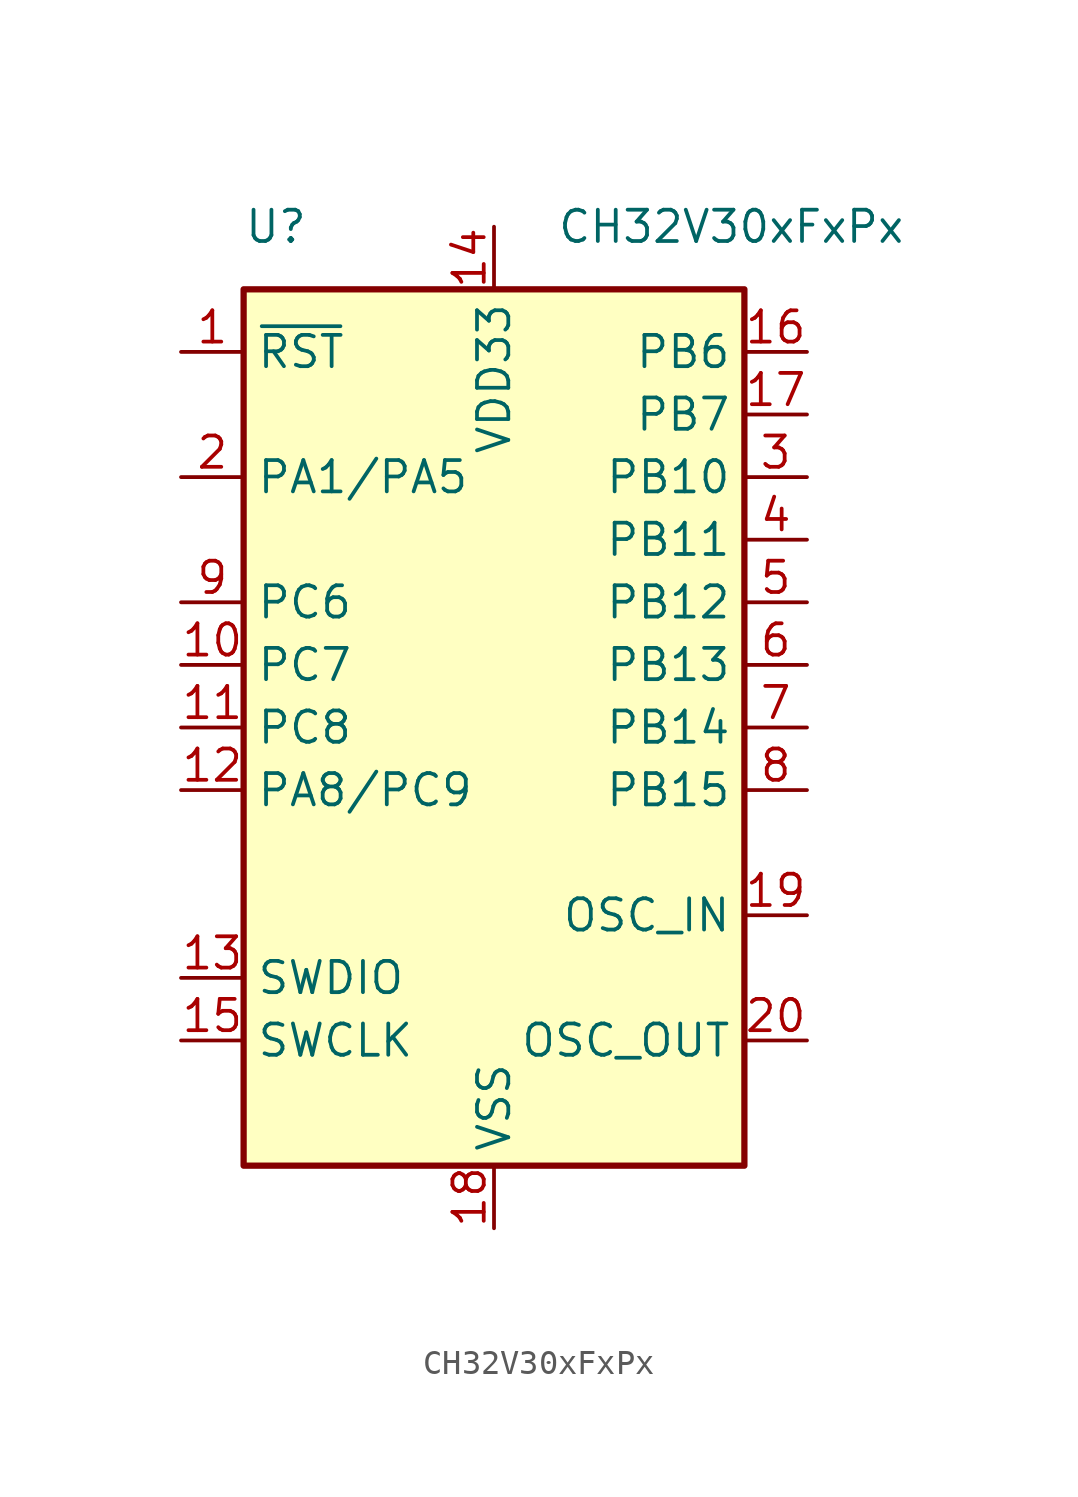
<source format=kicad_sym>
(kicad_symbol_lib
  (version 20231120)
  (generator "kicad_symbol_editor")
  (generator_version "8.0")
  (symbol "CH32V30xFxPx"
    (property "Reference" "U"
      (at -10.16 20.32 0)
      (effects (font (size 1.27 1.27)) (justify left)))
    (property "Value" "CH32V30xFxPx"
      (at 2.54 20.32 0)
      (effects (font (size 1.27 1.27)) (justify left)))
    (symbol "CH32V30xFxPx_1_1"
      (rectangle (start -10.16 17.78) (end 10.16 -17.78) (stroke (width 0.254) (type solid)) (fill (type background)))
      (pin input line (at -12.7 15.24 0) (length 2.54) (name "~{RST}" (effects (font (size 1.27 1.27)))) (number "1" (effects (font (size 1.27 1.27)))))
      (pin bidirectional line (at -12.7 2.54 0) (length 2.54) (name "PC7" (effects (font (size 1.27 1.27)))) (number "10" (effects (font (size 1.27 1.27)))) (alternate "I2S3_MCK" bidirectional line) (alternate "TIM3_CH2_3" bidirectional line) (alternate "TIM8_CH2" bidirectional line))
      (pin bidirectional line (at -12.7 0 0) (length 2.54) (name "PC8" (effects (font (size 1.27 1.27)))) (number "11" (effects (font (size 1.27 1.27)))) (alternate "TIM3_CH3_3" bidirectional line) (alternate "TIM8_CH3" bidirectional line))
      (pin bidirectional line (at -12.7 -2.54 0) (length 2.54) (name "PA8/PC9" (effects (font (size 1.27 1.27)))) (number "12" (effects (font (size 1.27 1.27)))) (alternate "MCO" bidirectional line) (alternate "TIM1_CH1" bidirectional line) (alternate "TIM1_CH1_1" bidirectional line) (alternate "TIM3_CH4_3" bidirectional line) (alternate "TIM8_CH4" bidirectional line) (alternate "USART1_CK" bidirectional line) (alternate "USART1_CK_1" bidirectional line) (alternate "USART1_RX_2" bidirectional line))
      (pin bidirectional line (at -12.7 -10.16 0) (length 2.54) (name "SWDIO" (effects (font (size 1.27 1.27)))) (number "13" (effects (font (size 1.27 1.27)))) (alternate "PA9/PA13" bidirectional line) (alternate "TIM10_CH2N" bidirectional line) (alternate "TIM1_CH2" bidirectional line) (alternate "TIM1_CH2_1" bidirectional line) (alternate "TIM8_CH1N_1" bidirectional line) (alternate "USART1_RTS_2" bidirectional line) (alternate "USART1_TX" bidirectional line) (alternate "USART3_TX_2" bidirectional line))
      (pin power_in line (at 0 20.32 270) (length 2.54) (name "VDD33" (effects (font (size 1.27 1.27)))) (number "14" (effects (font (size 1.27 1.27)))) (alternate "VIO" power_in line))
      (pin bidirectional line (at -12.7 -12.7 0) (length 2.54) (name "SWCLK" (effects (font (size 1.27 1.27)))) (number "15" (effects (font (size 1.27 1.27)))) (alternate "PA14" bidirectional line) (alternate "TIM10_CH3N" bidirectional line) (alternate "TIM8_CH2N_1" bidirectional line) (alternate "USART3_RX_2" bidirectional line) (alternate "USART8_TX_1" bidirectional line))
      (pin bidirectional line (at 12.7 15.24 180) (length 2.54) (name "PB6" (effects (font (size 1.27 1.27)))) (number "16" (effects (font (size 1.27 1.27)))) (alternate "I2C1_SCL" bidirectional line) (alternate "TIM4_CH1" bidirectional line) (alternate "TIM8_CH1_1" bidirectional line) (alternate "USART1_TX_1" bidirectional line) (alternate "USBFS_DM" bidirectional line) (alternate "USBHS_DM" bidirectional line))
      (pin bidirectional line (at 12.7 12.7 180) (length 2.54) (name "PB7" (effects (font (size 1.27 1.27)))) (number "17" (effects (font (size 1.27 1.27)))) (alternate "I2C1_SDA" bidirectional line) (alternate "TIM4_CH2" bidirectional line) (alternate "TIM8_CH2_1" bidirectional line) (alternate "USART1_RX_1" bidirectional line) (alternate "USBFS_DP" bidirectional line) (alternate "USBHS_DP" bidirectional line))
      (pin power_in line (at 0 -20.32 90) (length 2.54) (name "VSS" (effects (font (size 1.27 1.27)))) (number "18" (effects (font (size 1.27 1.27)))))
      (pin bidirectional line (at 12.7 -7.62 180) (length 2.54) (name "OSC_IN" (effects (font (size 1.27 1.27)))) (number "19" (effects (font (size 1.27 1.27)))) (alternate "PD0" bidirectional line))
      (pin bidirectional line (at -12.7 10.16 0) (length 2.54) (name "PA1/PA5" (effects (font (size 1.27 1.27)))) (number "2" (effects (font (size 1.27 1.27)))) (alternate "ADC_IN1" bidirectional line) (alternate "ADC_IN5" bidirectional line) (alternate "DAC_OUT2" bidirectional line) (alternate "SPI1_SCK" bidirectional line) (alternate "TIM10_CH1N_1" bidirectional line) (alternate "TIM2_CH2" bidirectional line) (alternate "TIM2_CH2_2" bidirectional line) (alternate "TIM5_CH2" bidirectional line) (alternate "TIM9_BKIN_1" bidirectional line) (alternate "USART1_CK_3" bidirectional line) (alternate "USART1_CTS_2" bidirectional line) (alternate "USART2_RTS" bidirectional line))
      (pin bidirectional line (at 12.7 -12.7 180) (length 2.54) (name "OSC_OUT" (effects (font (size 1.27 1.27)))) (number "20" (effects (font (size 1.27 1.27)))) (alternate "PD1" bidirectional line))
      (pin bidirectional line (at 12.7 10.16 180) (length 2.54) (name "PB10" (effects (font (size 1.27 1.27)))) (number "3" (effects (font (size 1.27 1.27)))) (alternate "I2C2_SCL" bidirectional line) (alternate "TIM10_BKIN_1" bidirectional line) (alternate "TIM2_CH3_2" bidirectional line) (alternate "TIM2_CH3_3" bidirectional line) (alternate "USART3_TX" bidirectional line))
      (pin bidirectional line (at 12.7 7.62 180) (length 2.54) (name "PB11" (effects (font (size 1.27 1.27)))) (number "4" (effects (font (size 1.27 1.27)))) (alternate "I2C2_SDA" bidirectional line) (alternate "TIM10_ETR_1" bidirectional line) (alternate "TIM2_CH4_2" bidirectional line) (alternate "TIM2_CH4_3" bidirectional line) (alternate "USART3_RX" bidirectional line))
      (pin bidirectional line (at 12.7 5.08 180) (length 2.54) (name "PB12" (effects (font (size 1.27 1.27)))) (number "5" (effects (font (size 1.27 1.27)))) (alternate "CAN2_RX" bidirectional line) (alternate "I2C2_SMBA" bidirectional line) (alternate "I2S2_WS" bidirectional line) (alternate "SPI2_NSS" bidirectional line) (alternate "TIM1_BKIN" bidirectional line) (alternate "USART3_CK" bidirectional line))
      (pin bidirectional line (at 12.7 2.54 180) (length 2.54) (name "PB13" (effects (font (size 1.27 1.27)))) (number "6" (effects (font (size 1.27 1.27)))) (alternate "CAN2_TX" bidirectional line) (alternate "I2S2_CK" bidirectional line) (alternate "SPI2_SCK" bidirectional line) (alternate "TIM1_CH1N" bidirectional line) (alternate "USART3_CTS" bidirectional line) (alternate "USART3_CTS_1" bidirectional line))
      (pin bidirectional line (at 12.7 0 180) (length 2.54) (name "PB14" (effects (font (size 1.27 1.27)))) (number "7" (effects (font (size 1.27 1.27)))) (alternate "SPI2_MISO" bidirectional line) (alternate "TIM1_CH2N" bidirectional line) (alternate "USART3_RTS" bidirectional line) (alternate "USART3_RTS_1" bidirectional line))
      (pin bidirectional line (at 12.7 -2.54 180) (length 2.54) (name "PB15" (effects (font (size 1.27 1.27)))) (number "8" (effects (font (size 1.27 1.27)))) (alternate "I2S2_SD" bidirectional line) (alternate "SPI2_MOSI" bidirectional line) (alternate "TIM1_CH3N" bidirectional line) (alternate "USART1_TX_2" bidirectional line))
      (pin bidirectional line (at -12.7 5.08 0) (length 2.54) (name "PC6" (effects (font (size 1.27 1.27)))) (number "9" (effects (font (size 1.27 1.27)))) (alternate "I2S2_MCK" bidirectional line) (alternate "TIM3_CH1_3" bidirectional line) (alternate "TIM8_CH1" bidirectional line)))))
</source>
